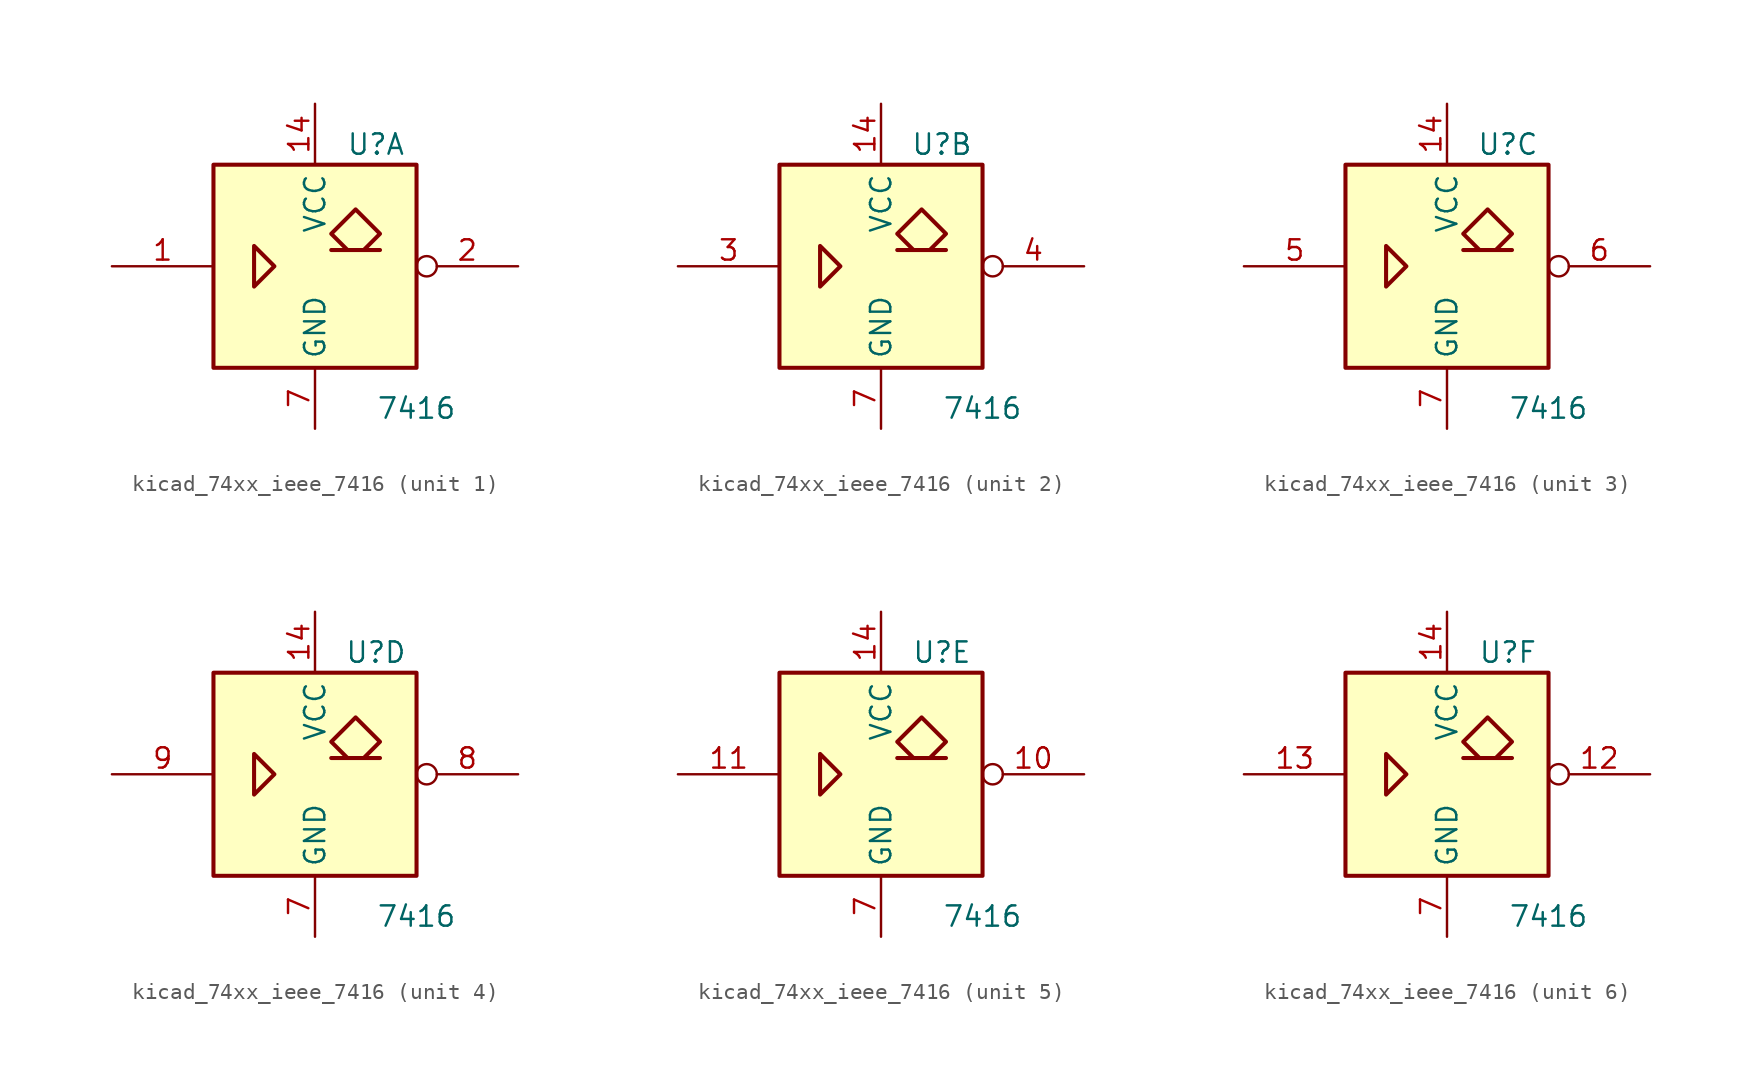
<source format=kicad_sym>
(kicad_symbol_lib
  (version 20220914)
  (generator kicad_symbol_editor)
  (symbol "kicad_74xx_ieee_7416"
    (property "Reference" "U"
      (at 3.81 7.62 0)
      (effects (font (size 1.27 1.27))))
    (property "Value" "7416"
      (at 6.35 -8.89 0)
      (effects (font (size 1.27 1.27))))
    (symbol "kicad_74xx_ieee_7416_0_0"
      (polyline (pts (xy -3.81 1.27) (xy -3.81 -1.27) (xy -2.54 0) (xy -3.81 1.27) (xy -3.81 1.27)) (stroke (width 0.254) (type default)) (fill (type background)))
      (polyline (pts (xy 3.048 1.016) (xy 4.064 2.032) (xy 2.54 3.556) (xy 1.016 2.032) (xy 2.032 1.016) (xy 1.016 1.016) (xy 4.064 1.016) (xy 4.064 1.016)) (stroke (width 0.254) (type default)) (fill (type background))))
    (symbol "kicad_74xx_ieee_7416_0_1"
      (rectangle (start -6.35 6.35) (end 6.35 -6.35) (stroke (width 0.254) (type default)) (fill (type background)))
      (pin power_in line (at 0 10.16 270) (length 3.81) (name "VCC" (effects (font (size 1.27 1.27)))) (number "14" (effects (font (size 1.27 1.27)))))
      (pin power_in line (at 0 -10.16 90) (length 3.81) (name "GND" (effects (font (size 1.27 1.27)))) (number "7" (effects (font (size 1.27 1.27))))))
    (symbol "kicad_74xx_ieee_7416_1_1"
      (pin input line (at -12.7 0 0) (length 6.35) (name "~" (effects (font (size 1.27 1.27)))) (number "1" (effects (font (size 1.27 1.27)))))
      (pin open_collector inverted (at 12.7 0 180) (length 6.35) (name "~" (effects (font (size 1.27 1.27)))) (number "2" (effects (font (size 1.27 1.27))))))
    (symbol "kicad_74xx_ieee_7416_2_1"
      (pin input line (at -12.7 0 0) (length 6.35) (name "~" (effects (font (size 1.27 1.27)))) (number "3" (effects (font (size 1.27 1.27)))))
      (pin open_collector inverted (at 12.7 0 180) (length 6.35) (name "~" (effects (font (size 1.27 1.27)))) (number "4" (effects (font (size 1.27 1.27))))))
    (symbol "kicad_74xx_ieee_7416_3_1"
      (pin input line (at -12.7 0 0) (length 6.35) (name "~" (effects (font (size 1.27 1.27)))) (number "5" (effects (font (size 1.27 1.27)))))
      (pin open_collector inverted (at 12.7 0 180) (length 6.35) (name "~" (effects (font (size 1.27 1.27)))) (number "6" (effects (font (size 1.27 1.27))))))
    (symbol "kicad_74xx_ieee_7416_4_1"
      (pin open_collector inverted (at 12.7 0 180) (length 6.35) (name "~" (effects (font (size 1.27 1.27)))) (number "8" (effects (font (size 1.27 1.27)))))
      (pin input line (at -12.7 0 0) (length 6.35) (name "~" (effects (font (size 1.27 1.27)))) (number "9" (effects (font (size 1.27 1.27))))))
    (symbol "kicad_74xx_ieee_7416_5_1"
      (pin open_collector inverted (at 12.7 0 180) (length 6.35) (name "~" (effects (font (size 1.27 1.27)))) (number "10" (effects (font (size 1.27 1.27)))))
      (pin input line (at -12.7 0 0) (length 6.35) (name "~" (effects (font (size 1.27 1.27)))) (number "11" (effects (font (size 1.27 1.27))))))
    (symbol "kicad_74xx_ieee_7416_6_1"
      (pin open_collector inverted (at 12.7 0 180) (length 6.35) (name "~" (effects (font (size 1.27 1.27)))) (number "12" (effects (font (size 1.27 1.27)))))
      (pin input line (at -12.7 0 0) (length 6.35) (name "~" (effects (font (size 1.27 1.27)))) (number "13" (effects (font (size 1.27 1.27))))))))
</source>
